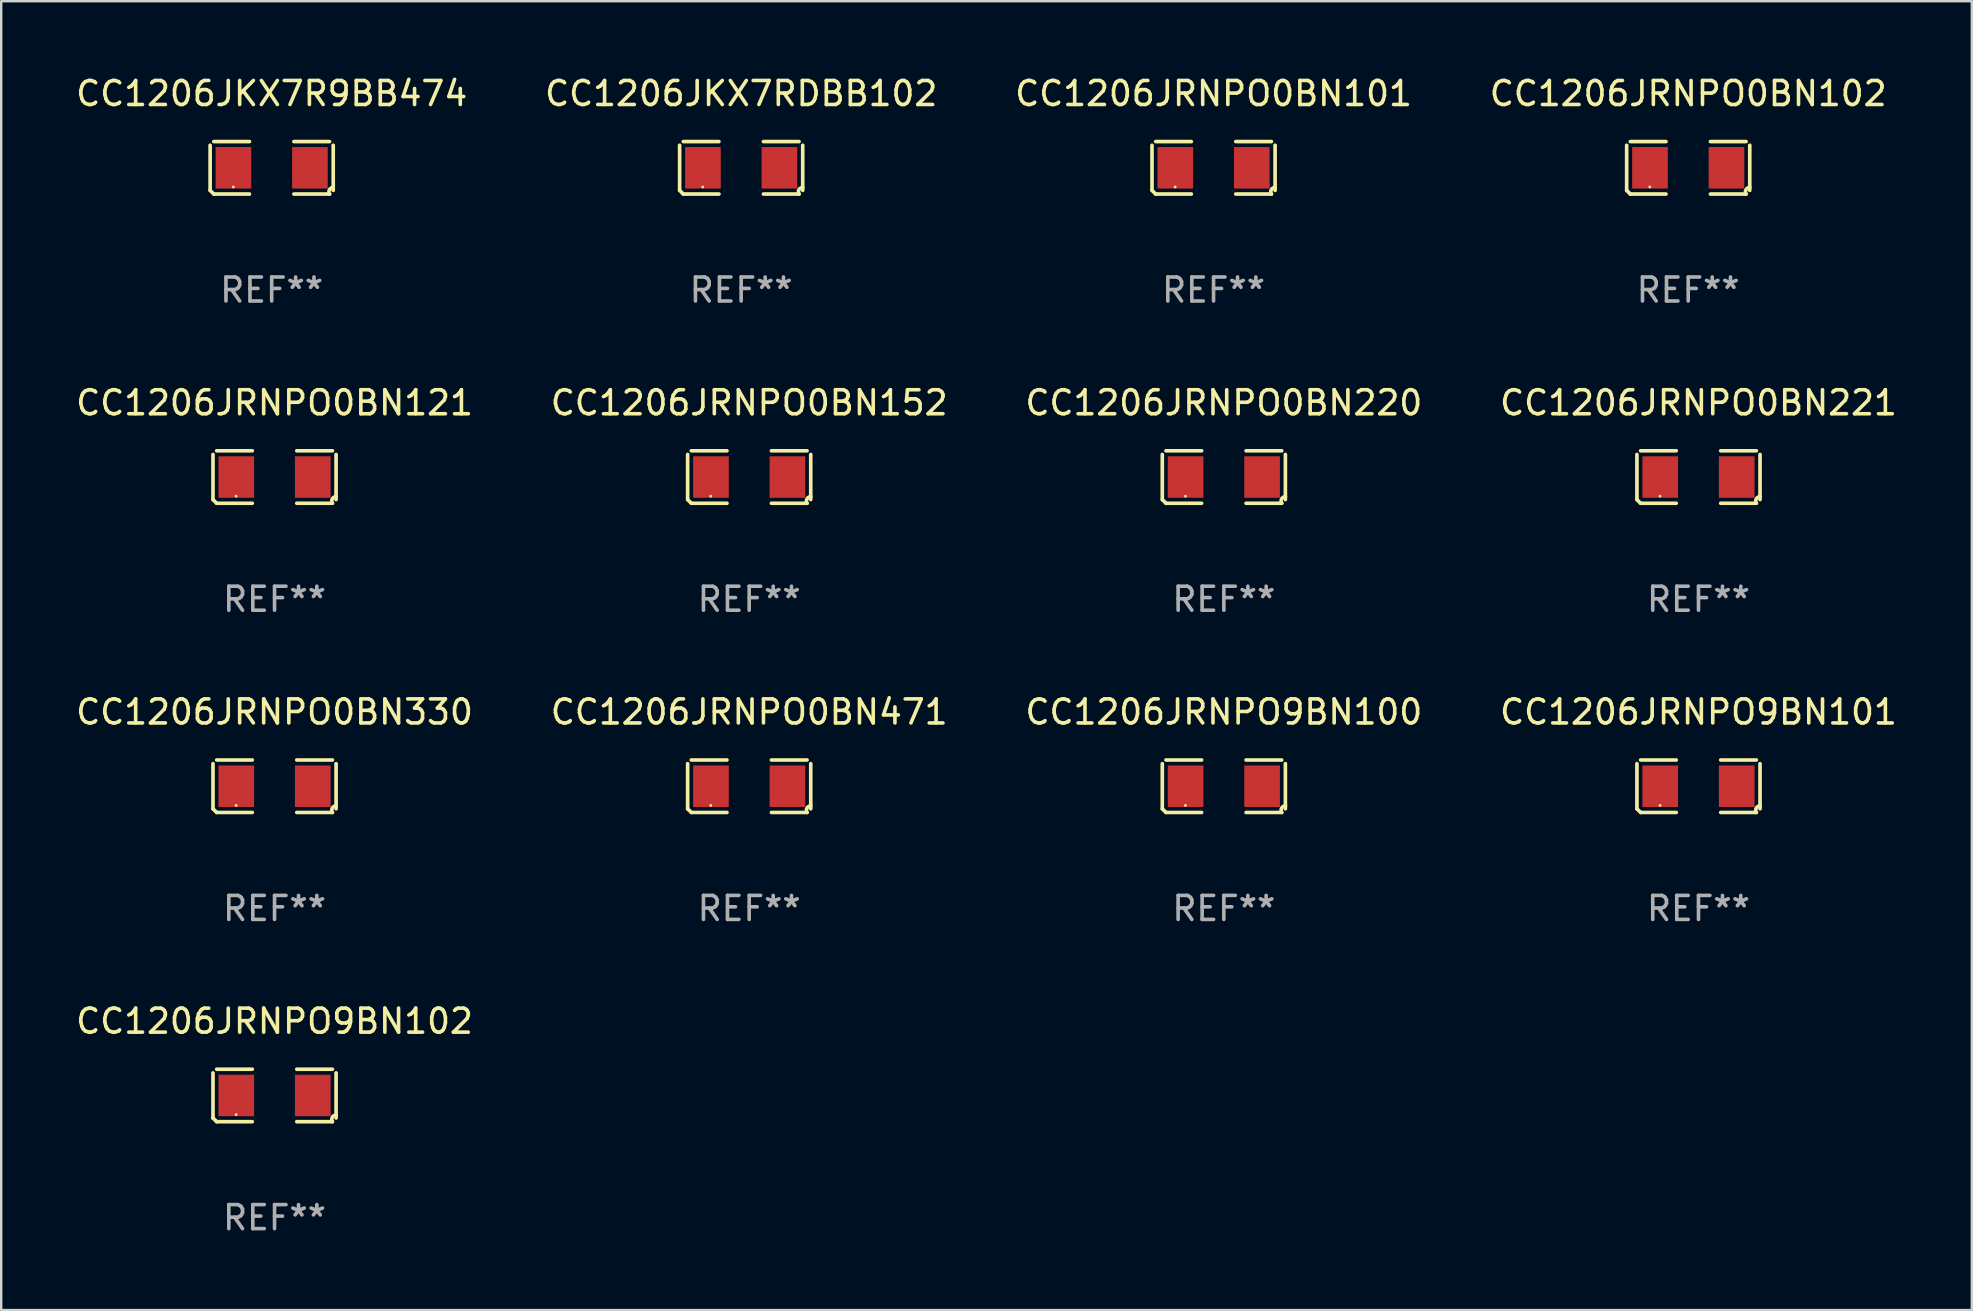
<source format=kicad_pcb>
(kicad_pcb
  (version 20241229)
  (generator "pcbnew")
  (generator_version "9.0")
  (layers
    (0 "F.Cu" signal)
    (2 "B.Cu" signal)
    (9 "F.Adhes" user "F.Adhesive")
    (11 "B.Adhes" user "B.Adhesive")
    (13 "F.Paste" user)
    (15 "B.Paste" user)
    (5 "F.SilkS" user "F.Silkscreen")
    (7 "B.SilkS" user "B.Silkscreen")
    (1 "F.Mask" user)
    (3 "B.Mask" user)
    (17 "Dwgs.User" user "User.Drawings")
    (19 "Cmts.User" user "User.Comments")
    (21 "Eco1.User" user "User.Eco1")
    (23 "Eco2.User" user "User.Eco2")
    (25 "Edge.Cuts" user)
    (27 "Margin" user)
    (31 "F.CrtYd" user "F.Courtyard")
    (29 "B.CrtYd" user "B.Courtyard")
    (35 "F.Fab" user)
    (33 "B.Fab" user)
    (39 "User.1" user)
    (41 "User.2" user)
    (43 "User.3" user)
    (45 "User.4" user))
  (footprint "CC1206JRNPO0BN152"
    (layer "F.Cu")
    (at 28.161 16.823)
    (property "Reference" "CC1206JRNPO0BN152" (at 0 -3.093 0) (layer "F.SilkS") (effects (font (size 1 1) (thickness 0.15))))
    (attr through_hole)
    (fp_line (start -2.564 0.94) (end -2.564 -0.94) (stroke (width 0.152) (type solid)) (layer "F.SilkS"))
    (fp_line (start -2.411 -1.093) (end -0.926 -1.093) (stroke (width 0.152) (type solid)) (layer "F.SilkS"))
    (fp_line (start -0.926 1.093) (end -2.411 1.093) (stroke (width 0.152) (type solid)) (layer "F.SilkS"))
    (fp_line (start 0.926 1.093) (end 2.411 1.093) (stroke (width 0.152) (type solid)) (layer "F.SilkS"))
    (fp_line (start 2.411 -1.093) (end 0.926 -1.093) (stroke (width 0.152) (type solid)) (layer "F.SilkS"))
    (fp_line (start 2.564 0.94) (end 2.564 -0.94) (stroke (width 0.152) (type solid)) (layer "F.SilkS"))
    (fp_arc (start -2.411201 1.092609) (mid -2.487413 1.01642) (end -2.563602 0.940208) (stroke (width 0.1524) (type solid)) (layer "F.SilkS"))
    (fp_arc (start 2.411201 1.092609) (mid 2.407159 0.911226) (end 2.563602 0.819347) (stroke (width 0.1524) (type solid)) (layer "F.SilkS"))
    (fp_circle (center -1.6 0.8) (end -1.57 0.8) (stroke (width 0.06) (type solid)) (fill no) (layer "F.SilkS"))
    (fp_text user "REF**" (at 0 5.093 0) (layer "F.Fab") (effects (font (size 1 1) (thickness 0.15))))
    (pad "1" smd rect (at -1.593 0) (size 1.485 1.728) (layers "F.Cu" "F.Mask" "F.Paste"))
    (pad "2" smd rect (at 1.593 0) (size 1.485 1.728) (layers "F.Cu" "F.Mask" "F.Paste")))
  (footprint "CC1206JRNPO0BN220"
    (layer "F.Cu")
    (at 47.935 16.823)
    (property "Reference" "CC1206JRNPO0BN220" (at 0 -3.093 0) (layer "F.SilkS") (effects (font (size 1 1) (thickness 0.15))))
    (attr through_hole)
    (fp_line (start -2.564 0.94) (end -2.564 -0.94) (stroke (width 0.152) (type solid)) (layer "F.SilkS"))
    (fp_line (start -2.411 -1.093) (end -0.926 -1.093) (stroke (width 0.152) (type solid)) (layer "F.SilkS"))
    (fp_line (start -0.926 1.093) (end -2.411 1.093) (stroke (width 0.152) (type solid)) (layer "F.SilkS"))
    (fp_line (start 0.926 1.093) (end 2.411 1.093) (stroke (width 0.152) (type solid)) (layer "F.SilkS"))
    (fp_line (start 2.411 -1.093) (end 0.926 -1.093) (stroke (width 0.152) (type solid)) (layer "F.SilkS"))
    (fp_line (start 2.564 0.94) (end 2.564 -0.94) (stroke (width 0.152) (type solid)) (layer "F.SilkS"))
    (fp_arc (start -2.411201 1.092609) (mid -2.487413 1.01642) (end -2.563602 0.940208) (stroke (width 0.1524) (type solid)) (layer "F.SilkS"))
    (fp_arc (start 2.411201 1.092609) (mid 2.407159 0.911226) (end 2.563602 0.819347) (stroke (width 0.1524) (type solid)) (layer "F.SilkS"))
    (fp_circle (center -1.6 0.8) (end -1.57 0.8) (stroke (width 0.06) (type solid)) (fill no) (layer "F.SilkS"))
    (fp_text user "REF**" (at 0 5.093 0) (layer "F.Fab") (effects (font (size 1 1) (thickness 0.15))))
    (pad "1" smd rect (at -1.593 0) (size 1.485 1.728) (layers "F.Cu" "F.Mask" "F.Paste"))
    (pad "2" smd rect (at 1.593 0) (size 1.485 1.728) (layers "F.Cu" "F.Mask" "F.Paste")))
  (footprint "CC1206JRNPO0BN330"
    (layer "F.Cu")
    (at 8.387 29.704)
    (property "Reference" "CC1206JRNPO0BN330" (at 0 -3.093 0) (layer "F.SilkS") (effects (font (size 1 1) (thickness 0.15))))
    (attr through_hole)
    (fp_line (start -2.564 0.94) (end -2.564 -0.94) (stroke (width 0.152) (type solid)) (layer "F.SilkS"))
    (fp_line (start -2.411 -1.093) (end -0.926 -1.093) (stroke (width 0.152) (type solid)) (layer "F.SilkS"))
    (fp_line (start -0.926 1.093) (end -2.411 1.093) (stroke (width 0.152) (type solid)) (layer "F.SilkS"))
    (fp_line (start 0.926 1.093) (end 2.411 1.093) (stroke (width 0.152) (type solid)) (layer "F.SilkS"))
    (fp_line (start 2.411 -1.093) (end 0.926 -1.093) (stroke (width 0.152) (type solid)) (layer "F.SilkS"))
    (fp_line (start 2.564 0.94) (end 2.564 -0.94) (stroke (width 0.152) (type solid)) (layer "F.SilkS"))
    (fp_arc (start -2.411201 1.092609) (mid -2.487413 1.01642) (end -2.563602 0.940208) (stroke (width 0.1524) (type solid)) (layer "F.SilkS"))
    (fp_arc (start 2.411201 1.092609) (mid 2.407159 0.911226) (end 2.563602 0.819347) (stroke (width 0.1524) (type solid)) (layer "F.SilkS"))
    (fp_circle (center -1.6 0.8) (end -1.57 0.8) (stroke (width 0.06) (type solid)) (fill no) (layer "F.SilkS"))
    (fp_text user "REF**" (at 0 5.093 0) (layer "F.Fab") (effects (font (size 1 1) (thickness 0.15))))
    (pad "1" smd rect (at -1.593 0) (size 1.485 1.728) (layers "F.Cu" "F.Mask" "F.Paste"))
    (pad "2" smd rect (at 1.593 0) (size 1.485 1.728) (layers "F.Cu" "F.Mask" "F.Paste")))
  (footprint "CC1206JRNPO0BN471"
    (layer "F.Cu")
    (at 28.161 29.704)
    (property "Reference" "CC1206JRNPO0BN471" (at 0 -3.093 0) (layer "F.SilkS") (effects (font (size 1 1) (thickness 0.15))))
    (attr through_hole)
    (fp_line (start -2.564 0.94) (end -2.564 -0.94) (stroke (width 0.152) (type solid)) (layer "F.SilkS"))
    (fp_line (start -2.411 -1.093) (end -0.926 -1.093) (stroke (width 0.152) (type solid)) (layer "F.SilkS"))
    (fp_line (start -0.926 1.093) (end -2.411 1.093) (stroke (width 0.152) (type solid)) (layer "F.SilkS"))
    (fp_line (start 0.926 1.093) (end 2.411 1.093) (stroke (width 0.152) (type solid)) (layer "F.SilkS"))
    (fp_line (start 2.411 -1.093) (end 0.926 -1.093) (stroke (width 0.152) (type solid)) (layer "F.SilkS"))
    (fp_line (start 2.564 0.94) (end 2.564 -0.94) (stroke (width 0.152) (type solid)) (layer "F.SilkS"))
    (fp_arc (start -2.411201 1.092609) (mid -2.487413 1.01642) (end -2.563602 0.940208) (stroke (width 0.1524) (type solid)) (layer "F.SilkS"))
    (fp_arc (start 2.411201 1.092609) (mid 2.407159 0.911226) (end 2.563602 0.819347) (stroke (width 0.1524) (type solid)) (layer "F.SilkS"))
    (fp_circle (center -1.6 0.8) (end -1.57 0.8) (stroke (width 0.06) (type solid)) (fill no) (layer "F.SilkS"))
    (fp_text user "REF**" (at 0 5.093 0) (layer "F.Fab") (effects (font (size 1 1) (thickness 0.15))))
    (pad "1" smd rect (at -1.593 0) (size 1.485 1.728) (layers "F.Cu" "F.Mask" "F.Paste"))
    (pad "2" smd rect (at 1.593 0) (size 1.485 1.728) (layers "F.Cu" "F.Mask" "F.Paste")))
  (footprint "CC1206JRNPO9BN100"
    (layer "F.Cu")
    (at 47.935 29.704)
    (property "Reference" "CC1206JRNPO9BN100" (at 0 -3.093 0) (layer "F.SilkS") (effects (font (size 1 1) (thickness 0.15))))
    (attr through_hole)
    (fp_line (start -2.564 0.94) (end -2.564 -0.94) (stroke (width 0.152) (type solid)) (layer "F.SilkS"))
    (fp_line (start -2.411 -1.093) (end -0.926 -1.093) (stroke (width 0.152) (type solid)) (layer "F.SilkS"))
    (fp_line (start -0.926 1.093) (end -2.411 1.093) (stroke (width 0.152) (type solid)) (layer "F.SilkS"))
    (fp_line (start 0.926 1.093) (end 2.411 1.093) (stroke (width 0.152) (type solid)) (layer "F.SilkS"))
    (fp_line (start 2.411 -1.093) (end 0.926 -1.093) (stroke (width 0.152) (type solid)) (layer "F.SilkS"))
    (fp_line (start 2.564 0.94) (end 2.564 -0.94) (stroke (width 0.152) (type solid)) (layer "F.SilkS"))
    (fp_arc (start -2.411201 1.092609) (mid -2.487413 1.01642) (end -2.563602 0.940208) (stroke (width 0.1524) (type solid)) (layer "F.SilkS"))
    (fp_arc (start 2.411201 1.092609) (mid 2.407159 0.911226) (end 2.563602 0.819347) (stroke (width 0.1524) (type solid)) (layer "F.SilkS"))
    (fp_circle (center -1.6 0.8) (end -1.57 0.8) (stroke (width 0.06) (type solid)) (fill no) (layer "F.SilkS"))
    (fp_text user "REF**" (at 0 5.093 0) (layer "F.Fab") (effects (font (size 1 1) (thickness 0.15))))
    (pad "1" smd rect (at -1.593 0) (size 1.485 1.728) (layers "F.Cu" "F.Mask" "F.Paste"))
    (pad "2" smd rect (at 1.593 0) (size 1.485 1.728) (layers "F.Cu" "F.Mask" "F.Paste")))
  (footprint "CC1206JRNPO0BN221"
    (layer "F.Cu")
    (at 67.708 16.823)
    (property "Reference" "CC1206JRNPO0BN221" (at 0 -3.093 0) (layer "F.SilkS") (effects (font (size 1 1) (thickness 0.15))))
    (attr through_hole)
    (fp_line (start -2.564 0.94) (end -2.564 -0.94) (stroke (width 0.152) (type solid)) (layer "F.SilkS"))
    (fp_line (start -2.411 -1.093) (end -0.926 -1.093) (stroke (width 0.152) (type solid)) (layer "F.SilkS"))
    (fp_line (start -0.926 1.093) (end -2.411 1.093) (stroke (width 0.152) (type solid)) (layer "F.SilkS"))
    (fp_line (start 0.926 1.093) (end 2.411 1.093) (stroke (width 0.152) (type solid)) (layer "F.SilkS"))
    (fp_line (start 2.411 -1.093) (end 0.926 -1.093) (stroke (width 0.152) (type solid)) (layer "F.SilkS"))
    (fp_line (start 2.564 0.94) (end 2.564 -0.94) (stroke (width 0.152) (type solid)) (layer "F.SilkS"))
    (fp_arc (start -2.411201 1.092609) (mid -2.487413 1.01642) (end -2.563602 0.940208) (stroke (width 0.1524) (type solid)) (layer "F.SilkS"))
    (fp_arc (start 2.411201 1.092609) (mid 2.407159 0.911226) (end 2.563602 0.819347) (stroke (width 0.1524) (type solid)) (layer "F.SilkS"))
    (fp_circle (center -1.6 0.8) (end -1.57 0.8) (stroke (width 0.06) (type solid)) (fill no) (layer "F.SilkS"))
    (fp_text user "REF**" (at 0 5.093 0) (layer "F.Fab") (effects (font (size 1 1) (thickness 0.15))))
    (pad "1" smd rect (at -1.593 0) (size 1.485 1.728) (layers "F.Cu" "F.Mask" "F.Paste"))
    (pad "2" smd rect (at 1.593 0) (size 1.485 1.728) (layers "F.Cu" "F.Mask" "F.Paste")))
  (footprint "CC1206JKX7RDBB102"
    (layer "F.Cu")
    (at 27.827 3.941)
    (property "Reference" "CC1206JKX7RDBB102" (at 0 -3.093 0) (layer "F.SilkS") (effects (font (size 1 1) (thickness 0.15))))
    (attr through_hole)
    (fp_line (start -2.564 0.94) (end -2.564 -0.94) (stroke (width 0.152) (type solid)) (layer "F.SilkS"))
    (fp_line (start -2.411 -1.093) (end -0.926 -1.093) (stroke (width 0.152) (type solid)) (layer "F.SilkS"))
    (fp_line (start -0.926 1.093) (end -2.411 1.093) (stroke (width 0.152) (type solid)) (layer "F.SilkS"))
    (fp_line (start 0.926 1.093) (end 2.411 1.093) (stroke (width 0.152) (type solid)) (layer "F.SilkS"))
    (fp_line (start 2.411 -1.093) (end 0.926 -1.093) (stroke (width 0.152) (type solid)) (layer "F.SilkS"))
    (fp_line (start 2.564 0.94) (end 2.564 -0.94) (stroke (width 0.152) (type solid)) (layer "F.SilkS"))
    (fp_arc (start -2.411201 1.092609) (mid -2.487413 1.01642) (end -2.563602 0.940208) (stroke (width 0.1524) (type solid)) (layer "F.SilkS"))
    (fp_arc (start 2.411201 1.092609) (mid 2.407159 0.911226) (end 2.563602 0.819347) (stroke (width 0.1524) (type solid)) (layer "F.SilkS"))
    (fp_circle (center -1.6 0.8) (end -1.57 0.8) (stroke (width 0.06) (type solid)) (fill no) (layer "F.SilkS"))
    (fp_text user "REF**" (at 0 5.093 0) (layer "F.Fab") (effects (font (size 1 1) (thickness 0.15))))
    (pad "1" smd rect (at -1.593 0) (size 1.485 1.728) (layers "F.Cu" "F.Mask" "F.Paste"))
    (pad "2" smd rect (at 1.593 0) (size 1.485 1.728) (layers "F.Cu" "F.Mask" "F.Paste")))
  (footprint "CC1206JRNPO0BN121"
    (layer "F.Cu")
    (at 8.387 16.823)
    (property "Reference" "CC1206JRNPO0BN121" (at 0 -3.093 0) (layer "F.SilkS") (effects (font (size 1 1) (thickness 0.15))))
    (attr through_hole)
    (fp_line (start -2.564 0.94) (end -2.564 -0.94) (stroke (width 0.152) (type solid)) (layer "F.SilkS"))
    (fp_line (start -2.411 -1.093) (end -0.926 -1.093) (stroke (width 0.152) (type solid)) (layer "F.SilkS"))
    (fp_line (start -0.926 1.093) (end -2.411 1.093) (stroke (width 0.152) (type solid)) (layer "F.SilkS"))
    (fp_line (start 0.926 1.093) (end 2.411 1.093) (stroke (width 0.152) (type solid)) (layer "F.SilkS"))
    (fp_line (start 2.411 -1.093) (end 0.926 -1.093) (stroke (width 0.152) (type solid)) (layer "F.SilkS"))
    (fp_line (start 2.564 0.94) (end 2.564 -0.94) (stroke (width 0.152) (type solid)) (layer "F.SilkS"))
    (fp_arc (start -2.411201 1.092609) (mid -2.487413 1.01642) (end -2.563602 0.940208) (stroke (width 0.1524) (type solid)) (layer "F.SilkS"))
    (fp_arc (start 2.411201 1.092609) (mid 2.407159 0.911226) (end 2.563602 0.819347) (stroke (width 0.1524) (type solid)) (layer "F.SilkS"))
    (fp_circle (center -1.6 0.8) (end -1.57 0.8) (stroke (width 0.06) (type solid)) (fill no) (layer "F.SilkS"))
    (fp_text user "REF**" (at 0 5.093 0) (layer "F.Fab") (effects (font (size 1 1) (thickness 0.15))))
    (pad "1" smd rect (at -1.593 0) (size 1.485 1.728) (layers "F.Cu" "F.Mask" "F.Paste"))
    (pad "2" smd rect (at 1.593 0) (size 1.485 1.728) (layers "F.Cu" "F.Mask" "F.Paste")))
  (footprint "CC1206JRNPO0BN102"
    (layer "F.Cu")
    (at 67.28 3.941)
    (property "Reference" "CC1206JRNPO0BN102" (at 0 -3.093 0) (layer "F.SilkS") (effects (font (size 1 1) (thickness 0.15))))
    (attr through_hole)
    (fp_line (start -2.564 0.94) (end -2.564 -0.94) (stroke (width 0.152) (type solid)) (layer "F.SilkS"))
    (fp_line (start -2.411 -1.093) (end -0.926 -1.093) (stroke (width 0.152) (type solid)) (layer "F.SilkS"))
    (fp_line (start -0.926 1.093) (end -2.411 1.093) (stroke (width 0.152) (type solid)) (layer "F.SilkS"))
    (fp_line (start 0.926 1.093) (end 2.411 1.093) (stroke (width 0.152) (type solid)) (layer "F.SilkS"))
    (fp_line (start 2.411 -1.093) (end 0.926 -1.093) (stroke (width 0.152) (type solid)) (layer "F.SilkS"))
    (fp_line (start 2.564 0.94) (end 2.564 -0.94) (stroke (width 0.152) (type solid)) (layer "F.SilkS"))
    (fp_arc (start -2.411201 1.092609) (mid -2.487413 1.01642) (end -2.563602 0.940208) (stroke (width 0.1524) (type solid)) (layer "F.SilkS"))
    (fp_arc (start 2.411201 1.092609) (mid 2.407159 0.911226) (end 2.563602 0.819347) (stroke (width 0.1524) (type solid)) (layer "F.SilkS"))
    (fp_circle (center -1.6 0.8) (end -1.57 0.8) (stroke (width 0.06) (type solid)) (fill no) (layer "F.SilkS"))
    (fp_text user "REF**" (at 0 5.093 0) (layer "F.Fab") (effects (font (size 1 1) (thickness 0.15))))
    (pad "1" smd rect (at -1.593 0) (size 1.485 1.728) (layers "F.Cu" "F.Mask" "F.Paste"))
    (pad "2" smd rect (at 1.593 0) (size 1.485 1.728) (layers "F.Cu" "F.Mask" "F.Paste")))
  (footprint "CC1206JRNPO9BN102"
    (layer "F.Cu")
    (at 8.387 42.586)
    (property "Reference" "CC1206JRNPO9BN102" (at 0 -3.093 0) (layer "F.SilkS") (effects (font (size 1 1) (thickness 0.15))))
    (attr through_hole)
    (fp_line (start -2.564 0.94) (end -2.564 -0.94) (stroke (width 0.152) (type solid)) (layer "F.SilkS"))
    (fp_line (start -2.411 -1.093) (end -0.926 -1.093) (stroke (width 0.152) (type solid)) (layer "F.SilkS"))
    (fp_line (start -0.926 1.093) (end -2.411 1.093) (stroke (width 0.152) (type solid)) (layer "F.SilkS"))
    (fp_line (start 0.926 1.093) (end 2.411 1.093) (stroke (width 0.152) (type solid)) (layer "F.SilkS"))
    (fp_line (start 2.411 -1.093) (end 0.926 -1.093) (stroke (width 0.152) (type solid)) (layer "F.SilkS"))
    (fp_line (start 2.564 0.94) (end 2.564 -0.94) (stroke (width 0.152) (type solid)) (layer "F.SilkS"))
    (fp_arc (start -2.411201 1.092609) (mid -2.487413 1.01642) (end -2.563602 0.940208) (stroke (width 0.1524) (type solid)) (layer "F.SilkS"))
    (fp_arc (start 2.411201 1.092609) (mid 2.407159 0.911226) (end 2.563602 0.819347) (stroke (width 0.1524) (type solid)) (layer "F.SilkS"))
    (fp_circle (center -1.6 0.8) (end -1.57 0.8) (stroke (width 0.06) (type solid)) (fill no) (layer "F.SilkS"))
    (fp_text user "REF**" (at 0 5.093 0) (layer "F.Fab") (effects (font (size 1 1) (thickness 0.15))))
    (pad "1" smd rect (at -1.593 0) (size 1.485 1.728) (layers "F.Cu" "F.Mask" "F.Paste"))
    (pad "2" smd rect (at 1.593 0) (size 1.485 1.728) (layers "F.Cu" "F.Mask" "F.Paste")))
  (footprint "CC1206JRNPO0BN101"
    (layer "F.Cu")
    (at 47.506 3.941)
    (property "Reference" "CC1206JRNPO0BN101" (at 0 -3.093 0) (layer "F.SilkS") (effects (font (size 1 1) (thickness 0.15))))
    (attr through_hole)
    (fp_line (start -2.564 0.94) (end -2.564 -0.94) (stroke (width 0.152) (type solid)) (layer "F.SilkS"))
    (fp_line (start -2.411 -1.093) (end -0.926 -1.093) (stroke (width 0.152) (type solid)) (layer "F.SilkS"))
    (fp_line (start -0.926 1.093) (end -2.411 1.093) (stroke (width 0.152) (type solid)) (layer "F.SilkS"))
    (fp_line (start 0.926 1.093) (end 2.411 1.093) (stroke (width 0.152) (type solid)) (layer "F.SilkS"))
    (fp_line (start 2.411 -1.093) (end 0.926 -1.093) (stroke (width 0.152) (type solid)) (layer "F.SilkS"))
    (fp_line (start 2.564 0.94) (end 2.564 -0.94) (stroke (width 0.152) (type solid)) (layer "F.SilkS"))
    (fp_arc (start -2.411201 1.092609) (mid -2.487413 1.01642) (end -2.563602 0.940208) (stroke (width 0.1524) (type solid)) (layer "F.SilkS"))
    (fp_arc (start 2.411201 1.092609) (mid 2.407159 0.911226) (end 2.563602 0.819347) (stroke (width 0.1524) (type solid)) (layer "F.SilkS"))
    (fp_circle (center -1.6 0.8) (end -1.57 0.8) (stroke (width 0.06) (type solid)) (fill no) (layer "F.SilkS"))
    (fp_text user "REF**" (at 0 5.093 0) (layer "F.Fab") (effects (font (size 1 1) (thickness 0.15))))
    (pad "1" smd rect (at -1.593 0) (size 1.485 1.728) (layers "F.Cu" "F.Mask" "F.Paste"))
    (pad "2" smd rect (at 1.593 0) (size 1.485 1.728) (layers "F.Cu" "F.Mask" "F.Paste")))
  (footprint "CC1206JRNPO9BN101"
    (layer "F.Cu")
    (at 67.708 29.704)
    (property "Reference" "CC1206JRNPO9BN101" (at 0 -3.093 0) (layer "F.SilkS") (effects (font (size 1 1) (thickness 0.15))))
    (attr through_hole)
    (fp_line (start -2.564 0.94) (end -2.564 -0.94) (stroke (width 0.152) (type solid)) (layer "F.SilkS"))
    (fp_line (start -2.411 -1.093) (end -0.926 -1.093) (stroke (width 0.152) (type solid)) (layer "F.SilkS"))
    (fp_line (start -0.926 1.093) (end -2.411 1.093) (stroke (width 0.152) (type solid)) (layer "F.SilkS"))
    (fp_line (start 0.926 1.093) (end 2.411 1.093) (stroke (width 0.152) (type solid)) (layer "F.SilkS"))
    (fp_line (start 2.411 -1.093) (end 0.926 -1.093) (stroke (width 0.152) (type solid)) (layer "F.SilkS"))
    (fp_line (start 2.564 0.94) (end 2.564 -0.94) (stroke (width 0.152) (type solid)) (layer "F.SilkS"))
    (fp_arc (start -2.411201 1.092609) (mid -2.487413 1.01642) (end -2.563602 0.940208) (stroke (width 0.1524) (type solid)) (layer "F.SilkS"))
    (fp_arc (start 2.411201 1.092609) (mid 2.407159 0.911226) (end 2.563602 0.819347) (stroke (width 0.1524) (type solid)) (layer "F.SilkS"))
    (fp_circle (center -1.6 0.8) (end -1.57 0.8) (stroke (width 0.06) (type solid)) (fill no) (layer "F.SilkS"))
    (fp_text user "REF**" (at 0 5.093 0) (layer "F.Fab") (effects (font (size 1 1) (thickness 0.15))))
    (pad "1" smd rect (at -1.593 0) (size 1.485 1.728) (layers "F.Cu" "F.Mask" "F.Paste"))
    (pad "2" smd rect (at 1.593 0) (size 1.485 1.728) (layers "F.Cu" "F.Mask" "F.Paste")))
  (footprint "CC1206JKX7R9BB474"
    (layer "F.Cu")
    (at 8.268 3.941)
    (property "Reference" "CC1206JKX7R9BB474" (at 0 -3.093 0) (layer "F.SilkS") (effects (font (size 1 1) (thickness 0.15))))
    (attr through_hole)
    (fp_line (start -2.564 0.94) (end -2.564 -0.94) (stroke (width 0.152) (type solid)) (layer "F.SilkS"))
    (fp_line (start -2.411 -1.093) (end -0.926 -1.093) (stroke (width 0.152) (type solid)) (layer "F.SilkS"))
    (fp_line (start -0.926 1.093) (end -2.411 1.093) (stroke (width 0.152) (type solid)) (layer "F.SilkS"))
    (fp_line (start 0.926 1.093) (end 2.411 1.093) (stroke (width 0.152) (type solid)) (layer "F.SilkS"))
    (fp_line (start 2.411 -1.093) (end 0.926 -1.093) (stroke (width 0.152) (type solid)) (layer "F.SilkS"))
    (fp_line (start 2.564 0.94) (end 2.564 -0.94) (stroke (width 0.152) (type solid)) (layer "F.SilkS"))
    (fp_arc (start -2.411201 1.092609) (mid -2.487413 1.01642) (end -2.563602 0.940208) (stroke (width 0.1524) (type solid)) (layer "F.SilkS"))
    (fp_arc (start 2.411201 1.092609) (mid 2.407159 0.911226) (end 2.563602 0.819347) (stroke (width 0.1524) (type solid)) (layer "F.SilkS"))
    (fp_circle (center -1.6 0.8) (end -1.57 0.8) (stroke (width 0.06) (type solid)) (fill no) (layer "F.SilkS"))
    (fp_text user "REF**" (at 0 5.093 0) (layer "F.Fab") (effects (font (size 1 1) (thickness 0.15))))
    (pad "1" smd rect (at -1.593 0) (size 1.485 1.728) (layers "F.Cu" "F.Mask" "F.Paste"))
    (pad "2" smd rect (at 1.593 0) (size 1.485 1.728) (layers "F.Cu" "F.Mask" "F.Paste")))
  (gr_rect
    (start -3 -3)
    (end 79.095 51.527)
    (stroke (width 0.1) (type default))
    (fill no)
    (layer "Edge.Cuts")))
</source>
